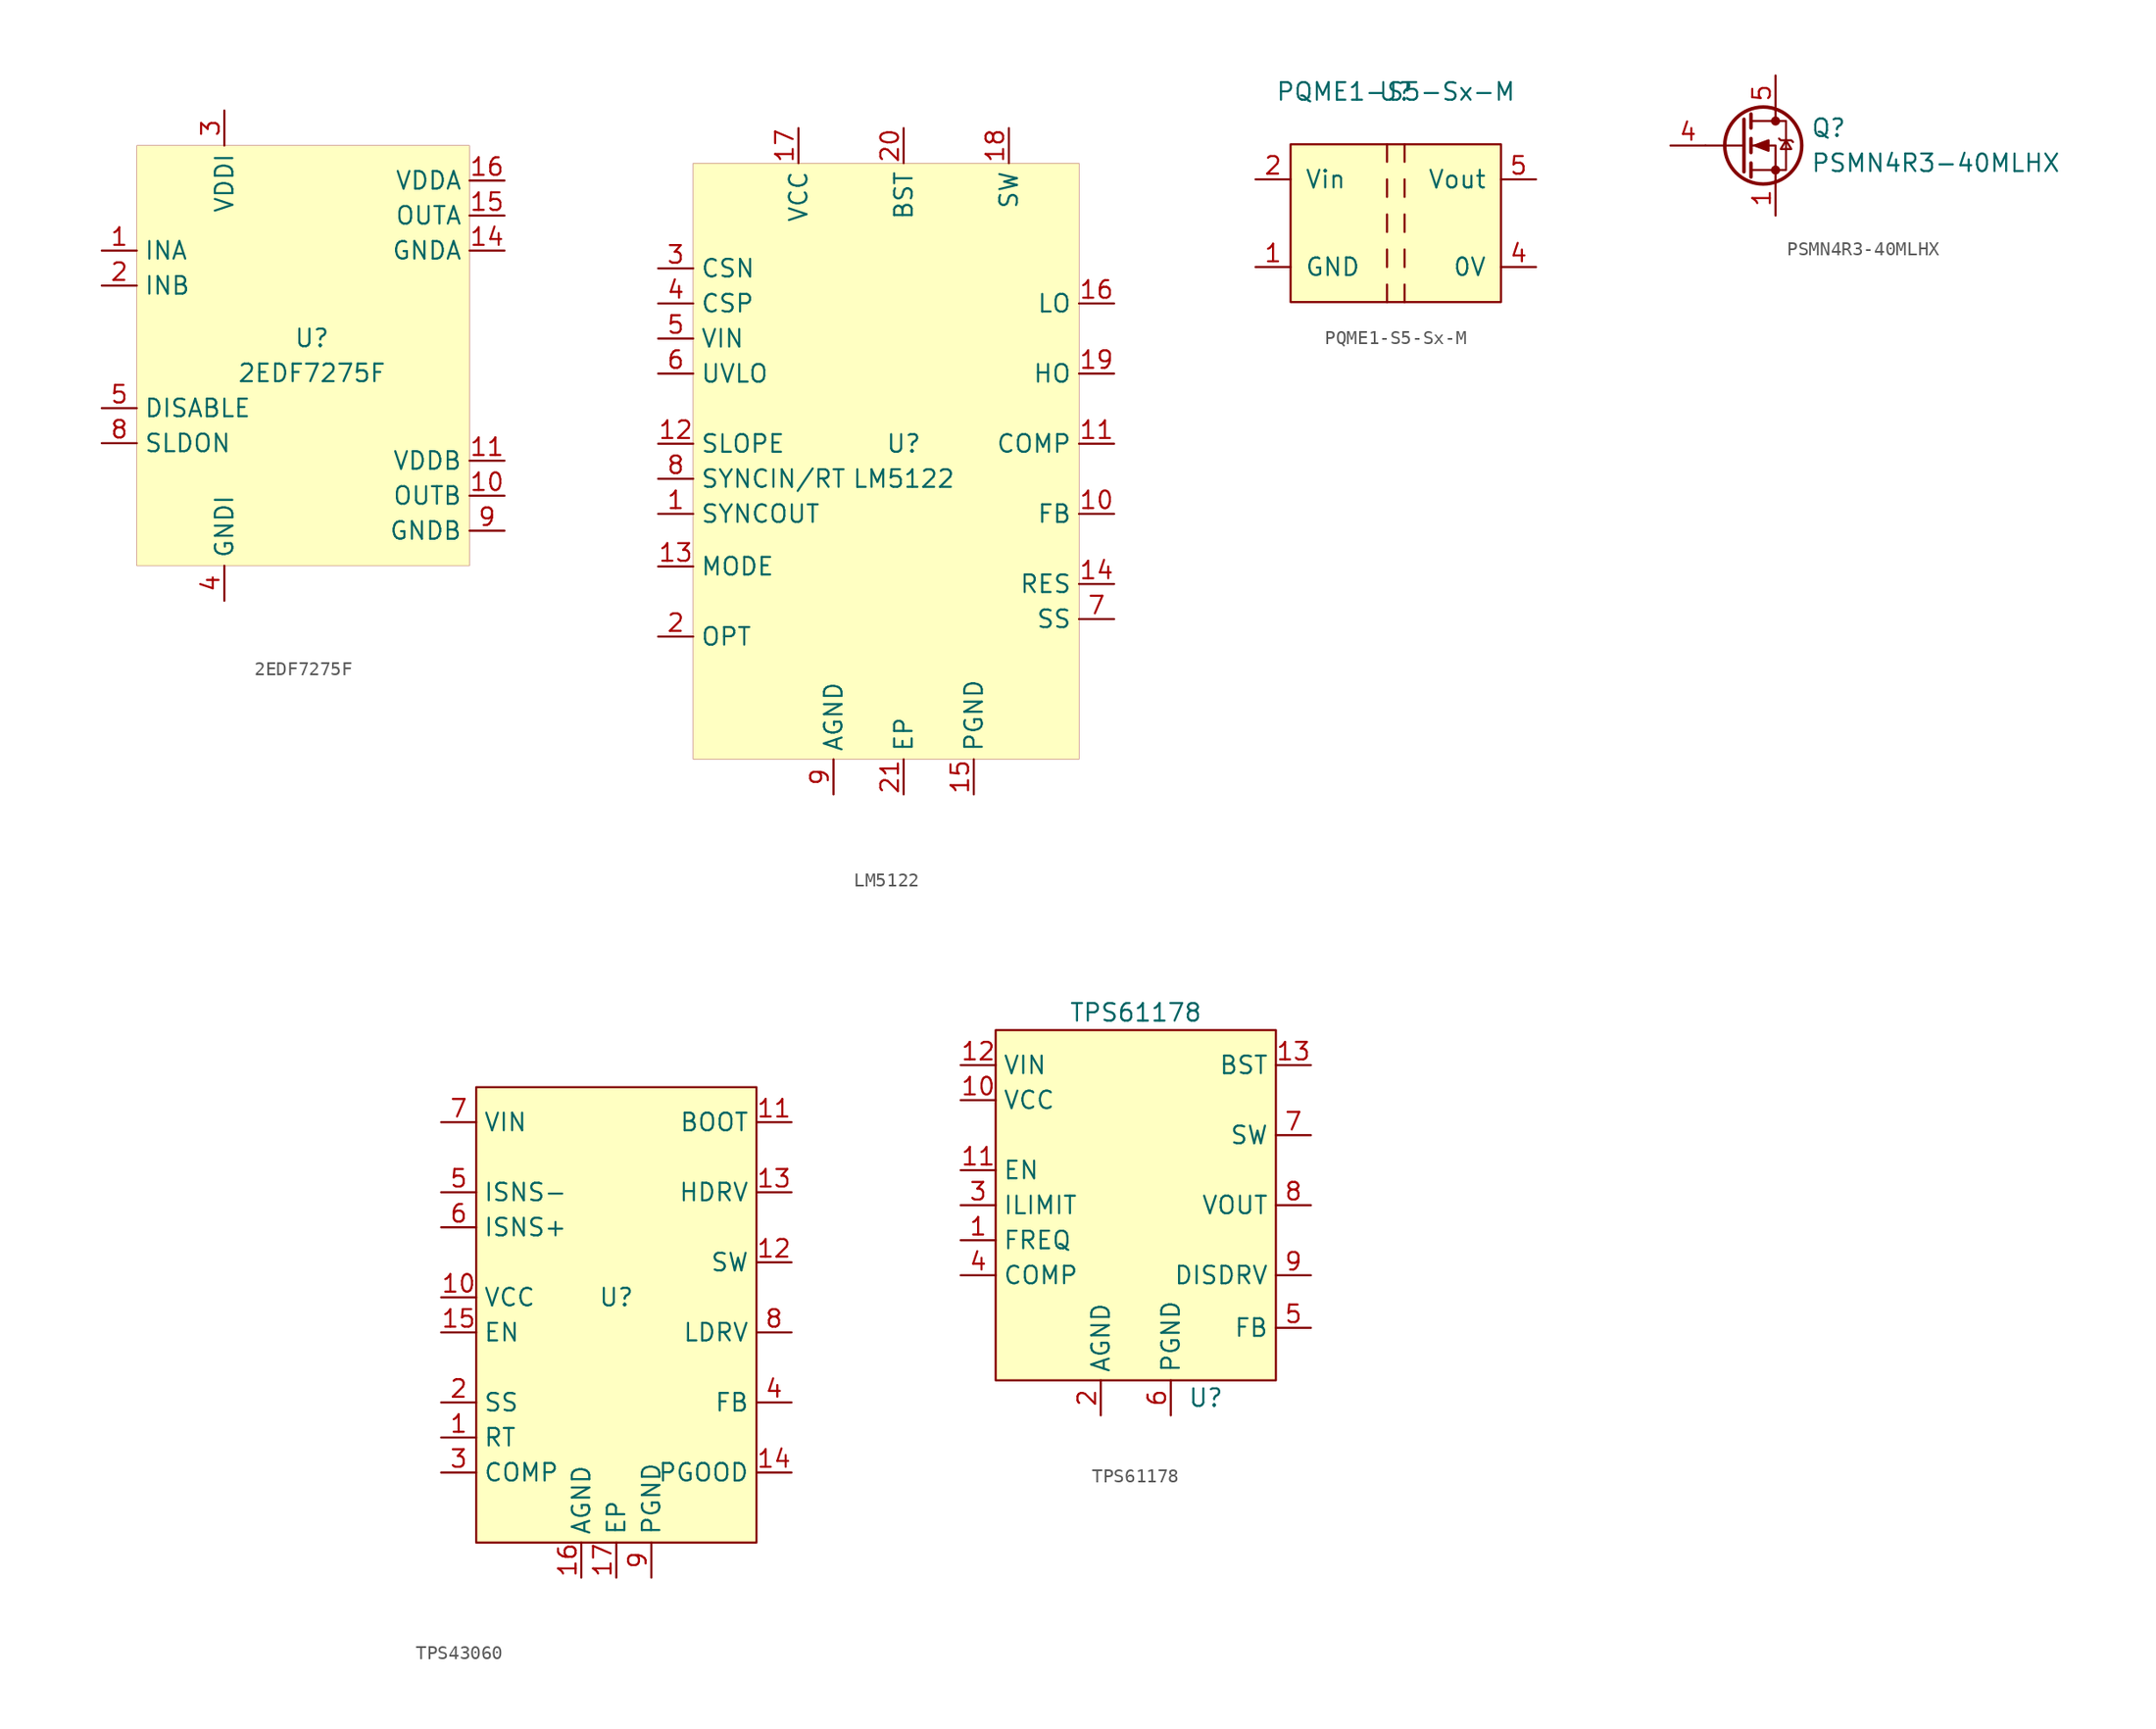
<source format=kicad_sym>
(kicad_symbol_lib
  (version 20220914)
  (generator kicad_symbol_editor)
  (symbol "2EDF7275F"
    (property "Reference" "U"
      (at 0 0 0)
      (effects (font (size 1.27 1.27))))
    (property "Value" "2EDF7275F"
      (at 0 -2.54 0)
      (effects (font (size 1.27 1.27))))
    (symbol "2EDF7275F_0_1"
      (rectangle (start -12.7 13.97) (end 11.43 -16.51) (stroke (width 0.001) (type default)) (fill (type background))))
    (symbol "2EDF7275F_1_1"
      (pin input line (at -15.24 6.35 0) (length 2.54) (name "INA" (effects (font (size 1.27 1.27)))) (number "1" (effects (font (size 1.27 1.27)))))
      (pin output line (at 13.97 -11.43 180) (length 2.54) (name "OUTB" (effects (font (size 1.27 1.27)))) (number "10" (effects (font (size 1.27 1.27)))))
      (pin power_in line (at 13.97 -8.89 180) (length 2.54) (name "VDDB" (effects (font (size 1.27 1.27)))) (number "11" (effects (font (size 1.27 1.27)))))
      (pin no_connect line (at 1.27 -19.05 90) (length 2.54) hide (name "NC" (effects (font (size 1.27 1.27)))) (number "12" (effects (font (size 1.27 1.27)))))
      (pin no_connect line (at 3.81 -19.05 90) (length 2.54) hide (name "NC" (effects (font (size 1.27 1.27)))) (number "13" (effects (font (size 1.27 1.27)))))
      (pin power_in line (at 13.97 6.35 180) (length 2.54) (name "GNDA" (effects (font (size 1.27 1.27)))) (number "14" (effects (font (size 1.27 1.27)))))
      (pin output line (at 13.97 8.89 180) (length 2.54) (name "OUTA" (effects (font (size 1.27 1.27)))) (number "15" (effects (font (size 1.27 1.27)))))
      (pin power_in line (at 13.97 11.43 180) (length 2.54) (name "VDDA" (effects (font (size 1.27 1.27)))) (number "16" (effects (font (size 1.27 1.27)))))
      (pin input line (at -15.24 3.81 0) (length 2.54) (name "INB" (effects (font (size 1.27 1.27)))) (number "2" (effects (font (size 1.27 1.27)))))
      (pin power_in line (at -6.35 16.51 270) (length 2.54) (name "VDDI" (effects (font (size 1.27 1.27)))) (number "3" (effects (font (size 1.27 1.27)))))
      (pin power_in line (at -6.35 -19.05 90) (length 2.54) (name "GNDI" (effects (font (size 1.27 1.27)))) (number "4" (effects (font (size 1.27 1.27)))))
      (pin input line (at -15.24 -5.08 0) (length 2.54) (name "DISABLE" (effects (font (size 1.27 1.27)))) (number "5" (effects (font (size 1.27 1.27)))))
      (pin no_connect line (at -3.81 -19.05 90) (length 2.54) hide (name "NC" (effects (font (size 1.27 1.27)))) (number "6" (effects (font (size 1.27 1.27)))))
      (pin no_connect line (at -1.27 -19.05 90) (length 2.54) hide (name "NC" (effects (font (size 1.27 1.27)))) (number "7" (effects (font (size 1.27 1.27)))))
      (pin input line (at -15.24 -7.62 0) (length 2.54) (name "SLDON" (effects (font (size 1.27 1.27)))) (number "8" (effects (font (size 1.27 1.27)))))
      (pin power_in line (at 13.97 -13.97 180) (length 2.54) (name "GNDB" (effects (font (size 1.27 1.27)))) (number "9" (effects (font (size 1.27 1.27)))))))
  (symbol "LM5122"
    (property "Reference" "U"
      (at 0 0 0)
      (effects (font (size 1.27 1.27))))
    (property "Value" "LM5122"
      (at 0 -2.54 0)
      (effects (font (size 1.27 1.27))))
    (symbol "LM5122_0_1"
      (rectangle (start -15.24 20.32) (end 12.7 -22.86) (stroke (width 0.001) (type default)) (fill (type background))))
    (symbol "LM5122_1_1"
      (pin output line (at -17.78 -5.08 0) (length 2.54) (name "SYNCOUT" (effects (font (size 1.27 1.27)))) (number "1" (effects (font (size 1.27 1.27)))))
      (pin input line (at 15.24 -5.08 180) (length 2.54) (name "FB" (effects (font (size 1.27 1.27)))) (number "10" (effects (font (size 1.27 1.27)))))
      (pin output line (at 15.24 0 180) (length 2.54) (name "COMP" (effects (font (size 1.27 1.27)))) (number "11" (effects (font (size 1.27 1.27)))))
      (pin input line (at -17.78 0 0) (length 2.54) (name "SLOPE" (effects (font (size 1.27 1.27)))) (number "12" (effects (font (size 1.27 1.27)))))
      (pin input line (at -17.78 -8.89 0) (length 2.54) (name "MODE" (effects (font (size 1.27 1.27)))) (number "13" (effects (font (size 1.27 1.27)))))
      (pin output line (at 15.24 -10.16 180) (length 2.54) (name "RES" (effects (font (size 1.27 1.27)))) (number "14" (effects (font (size 1.27 1.27)))))
      (pin power_in line (at 5.08 -25.4 90) (length 2.54) (name "PGND" (effects (font (size 1.27 1.27)))) (number "15" (effects (font (size 1.27 1.27)))))
      (pin output line (at 15.24 10.16 180) (length 2.54) (name "LO" (effects (font (size 1.27 1.27)))) (number "16" (effects (font (size 1.27 1.27)))))
      (pin power_out line (at -7.62 22.86 270) (length 2.54) (name "VCC" (effects (font (size 1.27 1.27)))) (number "17" (effects (font (size 1.27 1.27)))))
      (pin output line (at 7.62 22.86 270) (length 2.54) (name "SW" (effects (font (size 1.27 1.27)))) (number "18" (effects (font (size 1.27 1.27)))))
      (pin output line (at 15.24 5.08 180) (length 2.54) (name "HO" (effects (font (size 1.27 1.27)))) (number "19" (effects (font (size 1.27 1.27)))))
      (pin input line (at -17.78 -13.97 0) (length 2.54) (name "OPT" (effects (font (size 1.27 1.27)))) (number "2" (effects (font (size 1.27 1.27)))))
      (pin power_in line (at 0 22.86 270) (length 2.54) (name "BST" (effects (font (size 1.27 1.27)))) (number "20" (effects (font (size 1.27 1.27)))))
      (pin passive line (at 0 -25.4 90) (length 2.54) (name "EP" (effects (font (size 1.27 1.27)))) (number "21" (effects (font (size 1.27 1.27)))))
      (pin input line (at -17.78 12.7 0) (length 2.54) (name "CSN" (effects (font (size 1.27 1.27)))) (number "3" (effects (font (size 1.27 1.27)))))
      (pin input line (at -17.78 10.16 0) (length 2.54) (name "CSP" (effects (font (size 1.27 1.27)))) (number "4" (effects (font (size 1.27 1.27)))))
      (pin power_in line (at -17.78 7.62 0) (length 2.54) (name "VIN" (effects (font (size 1.27 1.27)))) (number "5" (effects (font (size 1.27 1.27)))))
      (pin input line (at -17.78 5.08 0) (length 2.54) (name "UVLO" (effects (font (size 1.27 1.27)))) (number "6" (effects (font (size 1.27 1.27)))))
      (pin input line (at 15.24 -12.7 180) (length 2.54) (name "SS" (effects (font (size 1.27 1.27)))) (number "7" (effects (font (size 1.27 1.27)))))
      (pin input line (at -17.78 -2.54 0) (length 2.54) (name "SYNCIN/RT" (effects (font (size 1.27 1.27)))) (number "8" (effects (font (size 1.27 1.27)))))
      (pin input line (at -5.08 -25.4 90) (length 2.54) (name "AGND" (effects (font (size 1.27 1.27)))) (number "9" (effects (font (size 1.27 1.27)))))))
  (symbol "PQME1-S5-Sx-M"
    (pin_names
      (offset 1.016))
    (property "Reference" "U"
      (at 0 10.16 0)
      (effects (font (size 1.27 1.27))))
    (property "Value" "PQME1-S5-Sx-M"
      (at 0 10.16 0)
      (effects (font (size 1.27 1.27))))
    (symbol "PQME1-S5-Sx-M_0_1"
      (rectangle (start -7.62 6.35) (end 7.62 -5.08) (stroke (width 0) (type solid)) (fill (type background)))
      (polyline (pts (xy -0.635 -3.81) (xy -0.635 -5.08)) (stroke (width 0) (type solid)) (fill (type none)))
      (polyline (pts (xy -0.635 -1.27) (xy -0.635 -2.54)) (stroke (width 0) (type solid)) (fill (type none)))
      (polyline (pts (xy -0.635 1.27) (xy -0.635 0)) (stroke (width 0) (type solid)) (fill (type none)))
      (polyline (pts (xy -0.635 3.81) (xy -0.635 2.54)) (stroke (width 0) (type solid)) (fill (type none)))
      (polyline (pts (xy -0.635 6.35) (xy -0.635 5.08)) (stroke (width 0) (type solid)) (fill (type none))))
    (symbol "PQME1-S5-Sx-M_1_1"
      (polyline (pts (xy 0.635 -3.81) (xy 0.635 -5.08)) (stroke (width 0) (type solid)) (fill (type none)))
      (polyline (pts (xy 0.635 -1.27) (xy 0.635 -2.54)) (stroke (width 0) (type solid)) (fill (type none)))
      (polyline (pts (xy 0.635 1.27) (xy 0.635 0)) (stroke (width 0) (type solid)) (fill (type none)))
      (polyline (pts (xy 0.635 3.81) (xy 0.635 2.54)) (stroke (width 0) (type solid)) (fill (type none)))
      (polyline (pts (xy 0.635 6.35) (xy 0.635 5.08)) (stroke (width 0) (type solid)) (fill (type none)))
      (pin power_in line (at -10.16 -2.54 0) (length 2.54) (name "GND" (effects (font (size 1.27 1.27)))) (number "1" (effects (font (size 1.27 1.27)))))
      (pin power_in line (at -10.16 3.81 0) (length 2.54) (name "Vin" (effects (font (size 1.27 1.27)))) (number "2" (effects (font (size 1.27 1.27)))))
      (pin power_out line (at 10.16 -2.54 180) (length 2.54) (name "0V" (effects (font (size 1.27 1.27)))) (number "4" (effects (font (size 1.27 1.27)))))
      (pin power_out line (at 10.16 3.81 180) (length 2.54) (name "Vout" (effects (font (size 1.27 1.27)))) (number "5" (effects (font (size 1.27 1.27)))))
      (pin no_connect line (at 10.16 0 180) (length 2.54) hide (name "N.C" (effects (font (size 1.27 1.27)))) (number "8" (effects (font (size 1.27 1.27)))))))
  (symbol "PSMN4R3-40MLHX"
    (pin_names
      (offset 0) hide)
    (property "Reference" "Q"
      (at 5.08 1.27 0)
      (effects (font (size 1.27 1.27)) (justify left)))
    (property "Value" "PSMN4R3-40MLHX"
      (at 5.08 -1.27 0)
      (effects (font (size 1.27 1.27)) (justify left)))
    (symbol "PSMN4R3-40MLHX_0_1"
      (polyline (pts (xy 0.254 0) (xy -2.54 0)) (stroke (width 0) (type default)) (fill (type none)))
      (polyline (pts (xy 0.254 1.905) (xy 0.254 -1.905)) (stroke (width 0.254) (type default)) (fill (type none)))
      (polyline (pts (xy 0.762 -1.27) (xy 0.762 -2.286)) (stroke (width 0.254) (type default)) (fill (type none)))
      (polyline (pts (xy 0.762 0.508) (xy 0.762 -0.508)) (stroke (width 0.254) (type default)) (fill (type none)))
      (polyline (pts (xy 0.762 2.286) (xy 0.762 1.27)) (stroke (width 0.254) (type default)) (fill (type none)))
      (polyline (pts (xy 2.54 2.54) (xy 2.54 1.778)) (stroke (width 0) (type default)) (fill (type none)))
      (polyline (pts (xy 2.54 -2.54) (xy 2.54 0) (xy 0.762 0)) (stroke (width 0) (type default)) (fill (type none)))
      (polyline (pts (xy 0.762 -1.778) (xy 3.302 -1.778) (xy 3.302 1.778) (xy 0.762 1.778)) (stroke (width 0) (type default)) (fill (type none)))
      (polyline (pts (xy 1.016 0) (xy 2.032 0.381) (xy 2.032 -0.381) (xy 1.016 0)) (stroke (width 0) (type default)) (fill (type outline)))
      (polyline (pts (xy 2.794 0.508) (xy 2.921 0.381) (xy 3.683 0.381) (xy 3.81 0.254)) (stroke (width 0) (type default)) (fill (type none)))
      (polyline (pts (xy 3.302 0.381) (xy 2.921 -0.254) (xy 3.683 -0.254) (xy 3.302 0.381)) (stroke (width 0) (type default)) (fill (type none)))
      (circle (center 1.651 0) (radius 2.794) (stroke (width 0.254) (type default)) (fill (type none)))
      (circle (center 2.54 -1.778) (radius 0.254) (stroke (width 0) (type default)) (fill (type outline)))
      (circle (center 2.54 1.778) (radius 0.254) (stroke (width 0) (type default)) (fill (type outline))))
    (symbol "PSMN4R3-40MLHX_1_1"
      (pin passive line (at 2.54 -5.08 90) (length 2.54) (name "S" (effects (font (size 1.27 1.27)))) (number "1" (effects (font (size 1.27 1.27)))))
      (pin passive line (at 2.54 -5.08 90) (length 2.54) hide (name "S" (effects (font (size 1.27 1.27)))) (number "2" (effects (font (size 1.27 1.27)))))
      (pin passive line (at 2.54 -5.08 90) (length 2.54) hide (name "S" (effects (font (size 1.27 1.27)))) (number "3" (effects (font (size 1.27 1.27)))))
      (pin input line (at -5.08 0 0) (length 2.54) (name "G" (effects (font (size 1.27 1.27)))) (number "4" (effects (font (size 1.27 1.27)))))
      (pin passive line (at 2.54 5.08 270) (length 2.54) (name "D" (effects (font (size 1.27 1.27)))) (number "5" (effects (font (size 1.27 1.27)))))))
  (symbol "TPS43060"
    (property "Reference" "U"
      (at 0 0 0)
      (effects (font (size 1.27 1.27))))
    (property "Value" ""
      (at -35.56 20.32 0)
      (effects (font (size 1.27 1.27))))
    (symbol "TPS43060_0_0"
      (pin bidirectional line (at -12.7 -10.16 0) (length 2.54) (name "RT" (effects (font (size 1.27 1.27)))) (number "1" (effects (font (size 1.27 1.27)))))
      (pin power_out line (at -12.7 0 0) (length 2.54) (name "VCC" (effects (font (size 1.27 1.27)))) (number "10" (effects (font (size 1.27 1.27)))))
      (pin output line (at 12.7 12.7 180) (length 2.54) (name "BOOT" (effects (font (size 1.27 1.27)))) (number "11" (effects (font (size 1.27 1.27)))))
      (pin input line (at 12.7 2.54 180) (length 2.54) (name "SW" (effects (font (size 1.27 1.27)))) (number "12" (effects (font (size 1.27 1.27)))))
      (pin output line (at 12.7 7.62 180) (length 2.54) (name "HDRV" (effects (font (size 1.27 1.27)))) (number "13" (effects (font (size 1.27 1.27)))))
      (pin open_collector line (at 12.7 -12.7 180) (length 2.54) (name "PGOOD" (effects (font (size 1.27 1.27)))) (number "14" (effects (font (size 1.27 1.27)))))
      (pin input line (at -12.7 -2.54 0) (length 2.54) (name "EN" (effects (font (size 1.27 1.27)))) (number "15" (effects (font (size 1.27 1.27)))))
      (pin power_in line (at -2.54 -20.32 90) (length 2.54) (name "AGND" (effects (font (size 1.27 1.27)))) (number "16" (effects (font (size 1.27 1.27)))))
      (pin power_in line (at 0 -20.32 90) (length 2.54) (name "EP" (effects (font (size 1.27 1.27)))) (number "17" (effects (font (size 1.27 1.27)))))
      (pin output line (at -12.7 -7.62 0) (length 2.54) (name "SS" (effects (font (size 1.27 1.27)))) (number "2" (effects (font (size 1.27 1.27)))))
      (pin output line (at -12.7 -12.7 0) (length 2.54) (name "COMP" (effects (font (size 1.27 1.27)))) (number "3" (effects (font (size 1.27 1.27)))))
      (pin input line (at 12.7 -7.62 180) (length 2.54) (name "FB" (effects (font (size 1.27 1.27)))) (number "4" (effects (font (size 1.27 1.27)))))
      (pin input line (at -12.7 7.62 0) (length 2.54) (name "ISNS-" (effects (font (size 1.27 1.27)))) (number "5" (effects (font (size 1.27 1.27)))))
      (pin input line (at -12.7 5.08 0) (length 2.54) (name "ISNS+" (effects (font (size 1.27 1.27)))) (number "6" (effects (font (size 1.27 1.27)))))
      (pin power_in line (at -12.7 12.7 0) (length 2.54) (name "VIN" (effects (font (size 1.27 1.27)))) (number "7" (effects (font (size 1.27 1.27)))))
      (pin output line (at 12.7 -2.54 180) (length 2.54) (name "LDRV" (effects (font (size 1.27 1.27)))) (number "8" (effects (font (size 1.27 1.27)))))
      (pin power_in line (at 2.54 -20.32 90) (length 2.54) (name "PGND" (effects (font (size 1.27 1.27)))) (number "9" (effects (font (size 1.27 1.27))))))
    (symbol "TPS43060_0_1"
      (rectangle (start -10.16 15.24) (end 10.16 -17.78) (stroke (width 0) (type default)) (fill (type background)))))
  (symbol "TPS61178"
    (property "Reference" "U"
      (at 5.08 -13.97 0)
      (effects (font (size 1.27 1.27))))
    (property "Value" "TPS61178"
      (at 0 13.97 0)
      (effects (font (size 1.27 1.27))))
    (symbol "TPS61178_0_1"
      (rectangle (start -10.16 12.7) (end 10.16 -12.7) (stroke (width 0.152) (type default)) (fill (type background))))
    (symbol "TPS61178_1_1"
      (pin input line (at -12.7 -2.54 0) (length 2.54) (name "FREQ" (effects (font (size 1.27 1.27)))) (number "1" (effects (font (size 1.27 1.27)))) (alternate "SYNC" input line))
      (pin power_out line (at -12.7 7.62 0) (length 2.54) (name "VCC" (effects (font (size 1.27 1.27)))) (number "10" (effects (font (size 1.27 1.27)))))
      (pin input line (at -12.7 2.54 0) (length 2.54) (name "EN" (effects (font (size 1.27 1.27)))) (number "11" (effects (font (size 1.27 1.27)))))
      (pin power_in line (at -12.7 10.16 0) (length 2.54) (name "VIN" (effects (font (size 1.27 1.27)))) (number "12" (effects (font (size 1.27 1.27)))))
      (pin power_out line (at 12.7 10.16 180) (length 2.54) (name "BST" (effects (font (size 1.27 1.27)))) (number "13" (effects (font (size 1.27 1.27)))))
      (pin power_in line (at -2.54 -15.24 90) (length 2.54) (name "AGND" (effects (font (size 1.27 1.27)))) (number "2" (effects (font (size 1.27 1.27)))))
      (pin input line (at -12.7 0 0) (length 2.54) (name "ILIMIT" (effects (font (size 1.27 1.27)))) (number "3" (effects (font (size 1.27 1.27)))))
      (pin output line (at -12.7 -5.08 0) (length 2.54) (name "COMP" (effects (font (size 1.27 1.27)))) (number "4" (effects (font (size 1.27 1.27)))))
      (pin input line (at 12.7 -8.89 180) (length 2.54) (name "FB" (effects (font (size 1.27 1.27)))) (number "5" (effects (font (size 1.27 1.27)))))
      (pin power_in line (at 2.54 -15.24 90) (length 2.54) (name "PGND" (effects (font (size 1.27 1.27)))) (number "6" (effects (font (size 1.27 1.27)))))
      (pin power_in line (at 12.7 5.08 180) (length 2.54) (name "SW" (effects (font (size 1.27 1.27)))) (number "7" (effects (font (size 1.27 1.27)))))
      (pin power_out line (at 12.7 0 180) (length 2.54) (name "VOUT" (effects (font (size 1.27 1.27)))) (number "8" (effects (font (size 1.27 1.27)))))
      (pin output line (at 12.7 -5.08 180) (length 2.54) (name "DISDRV" (effects (font (size 1.27 1.27)))) (number "9" (effects (font (size 1.27 1.27))))))))
</source>
